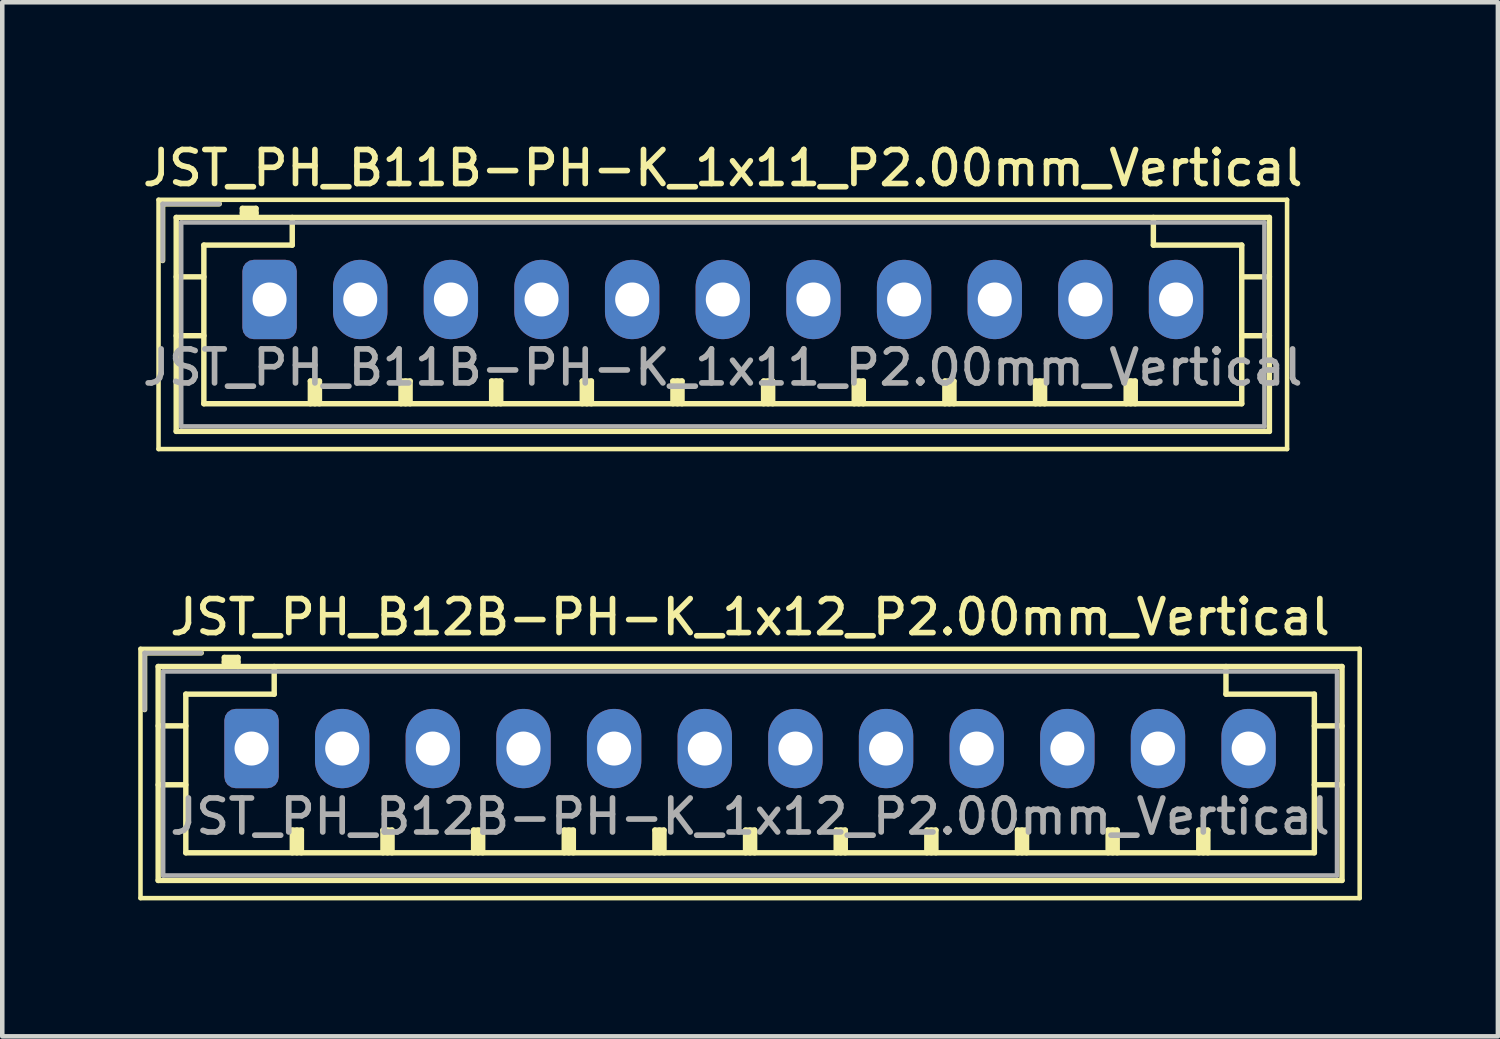
<source format=kicad_pcb>
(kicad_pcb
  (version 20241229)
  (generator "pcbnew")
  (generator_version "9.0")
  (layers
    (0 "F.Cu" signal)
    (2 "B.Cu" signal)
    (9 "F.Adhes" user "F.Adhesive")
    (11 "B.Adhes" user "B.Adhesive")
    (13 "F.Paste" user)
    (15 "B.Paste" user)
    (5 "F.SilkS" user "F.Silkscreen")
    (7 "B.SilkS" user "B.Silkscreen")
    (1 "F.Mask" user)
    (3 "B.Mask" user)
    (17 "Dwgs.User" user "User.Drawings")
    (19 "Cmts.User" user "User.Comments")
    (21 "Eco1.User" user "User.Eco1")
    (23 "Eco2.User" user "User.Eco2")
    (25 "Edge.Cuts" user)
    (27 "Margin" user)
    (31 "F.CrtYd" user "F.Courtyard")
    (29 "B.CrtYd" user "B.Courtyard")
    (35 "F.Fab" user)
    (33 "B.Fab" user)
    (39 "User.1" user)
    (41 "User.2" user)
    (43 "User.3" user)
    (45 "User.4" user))
  (footprint "JST_PH_B12B-PH-K_1x12_P2.00mm_Vertical"
    (layer "F.Cu")
    (at 2.5 13.466)
    (property "Reference" "JST_PH_B12B-PH-K_1x12_P2.00mm_Vertical" (at 11 -2.9 0) (layer "F.SilkS") (effects (font (size 0.75 0.75) (thickness 0.125))))
    (attr through_hole)
    (fp_line (start -2.45 -2.2) (end -2.45 3.3) (stroke (width 0.1) (type solid)) (layer "F.SilkS"))
    (fp_line (start -2.45 3.3) (end 24.45 3.3) (stroke (width 0.1) (type solid)) (layer "F.SilkS"))
    (fp_line (start -2.36 -2.11) (end -2.36 -0.86) (stroke (width 0.12) (type solid)) (layer "F.SilkS"))
    (fp_line (start -2.06 -1.81) (end -2.06 2.91) (stroke (width 0.12) (type solid)) (layer "F.SilkS"))
    (fp_line (start -2.06 -0.5) (end -1.45 -0.5) (stroke (width 0.12) (type solid)) (layer "F.SilkS"))
    (fp_line (start -2.06 0.8) (end -1.45 0.8) (stroke (width 0.12) (type solid)) (layer "F.SilkS"))
    (fp_line (start -2.06 2.91) (end 24.06 2.91) (stroke (width 0.12) (type solid)) (layer "F.SilkS"))
    (fp_line (start -1.45 -1.2) (end -1.45 2.3) (stroke (width 0.12) (type solid)) (layer "F.SilkS"))
    (fp_line (start -1.45 2.3) (end 23.45 2.3) (stroke (width 0.12) (type solid)) (layer "F.SilkS"))
    (fp_line (start -1.11 -2.11) (end -2.36 -2.11) (stroke (width 0.12) (type solid)) (layer "F.SilkS"))
    (fp_line (start -0.6 -2.01) (end -0.6 -1.81) (stroke (width 0.12) (type solid)) (layer "F.SilkS"))
    (fp_line (start -0.3 -2.01) (end -0.6 -2.01) (stroke (width 0.12) (type solid)) (layer "F.SilkS"))
    (fp_line (start -0.3 -1.91) (end -0.6 -1.91) (stroke (width 0.12) (type solid)) (layer "F.SilkS"))
    (fp_line (start -0.3 -1.81) (end -0.3 -2.01) (stroke (width 0.12) (type solid)) (layer "F.SilkS"))
    (fp_line (start 0.5 -1.81) (end 0.5 -1.2) (stroke (width 0.12) (type solid)) (layer "F.SilkS"))
    (fp_line (start 0.5 -1.2) (end -1.45 -1.2) (stroke (width 0.12) (type solid)) (layer "F.SilkS"))
    (fp_line (start 0.9 1.8) (end 1.1 1.8) (stroke (width 0.12) (type solid)) (layer "F.SilkS"))
    (fp_line (start 0.9 2.3) (end 0.9 1.8) (stroke (width 0.12) (type solid)) (layer "F.SilkS"))
    (fp_line (start 1 2.3) (end 1 1.8) (stroke (width 0.12) (type solid)) (layer "F.SilkS"))
    (fp_line (start 1.1 1.8) (end 1.1 2.3) (stroke (width 0.12) (type solid)) (layer "F.SilkS"))
    (fp_line (start 2.9 1.8) (end 3.1 1.8) (stroke (width 0.12) (type solid)) (layer "F.SilkS"))
    (fp_line (start 2.9 2.3) (end 2.9 1.8) (stroke (width 0.12) (type solid)) (layer "F.SilkS"))
    (fp_line (start 3 2.3) (end 3 1.8) (stroke (width 0.12) (type solid)) (layer "F.SilkS"))
    (fp_line (start 3.1 1.8) (end 3.1 2.3) (stroke (width 0.12) (type solid)) (layer "F.SilkS"))
    (fp_line (start 4.9 1.8) (end 5.1 1.8) (stroke (width 0.12) (type solid)) (layer "F.SilkS"))
    (fp_line (start 4.9 2.3) (end 4.9 1.8) (stroke (width 0.12) (type solid)) (layer "F.SilkS"))
    (fp_line (start 5 2.3) (end 5 1.8) (stroke (width 0.12) (type solid)) (layer "F.SilkS"))
    (fp_line (start 5.1 1.8) (end 5.1 2.3) (stroke (width 0.12) (type solid)) (layer "F.SilkS"))
    (fp_line (start 6.9 1.8) (end 7.1 1.8) (stroke (width 0.12) (type solid)) (layer "F.SilkS"))
    (fp_line (start 6.9 2.3) (end 6.9 1.8) (stroke (width 0.12) (type solid)) (layer "F.SilkS"))
    (fp_line (start 7 2.3) (end 7 1.8) (stroke (width 0.12) (type solid)) (layer "F.SilkS"))
    (fp_line (start 7.1 1.8) (end 7.1 2.3) (stroke (width 0.12) (type solid)) (layer "F.SilkS"))
    (fp_line (start 8.9 1.8) (end 9.1 1.8) (stroke (width 0.12) (type solid)) (layer "F.SilkS"))
    (fp_line (start 8.9 2.3) (end 8.9 1.8) (stroke (width 0.12) (type solid)) (layer "F.SilkS"))
    (fp_line (start 9 2.3) (end 9 1.8) (stroke (width 0.12) (type solid)) (layer "F.SilkS"))
    (fp_line (start 9.1 1.8) (end 9.1 2.3) (stroke (width 0.12) (type solid)) (layer "F.SilkS"))
    (fp_line (start 10.9 1.8) (end 11.1 1.8) (stroke (width 0.12) (type solid)) (layer "F.SilkS"))
    (fp_line (start 10.9 2.3) (end 10.9 1.8) (stroke (width 0.12) (type solid)) (layer "F.SilkS"))
    (fp_line (start 11 2.3) (end 11 1.8) (stroke (width 0.12) (type solid)) (layer "F.SilkS"))
    (fp_line (start 11.1 1.8) (end 11.1 2.3) (stroke (width 0.12) (type solid)) (layer "F.SilkS"))
    (fp_line (start 12.9 1.8) (end 13.1 1.8) (stroke (width 0.12) (type solid)) (layer "F.SilkS"))
    (fp_line (start 12.9 2.3) (end 12.9 1.8) (stroke (width 0.12) (type solid)) (layer "F.SilkS"))
    (fp_line (start 13 2.3) (end 13 1.8) (stroke (width 0.12) (type solid)) (layer "F.SilkS"))
    (fp_line (start 13.1 1.8) (end 13.1 2.3) (stroke (width 0.12) (type solid)) (layer "F.SilkS"))
    (fp_line (start 14.9 1.8) (end 15.1 1.8) (stroke (width 0.12) (type solid)) (layer "F.SilkS"))
    (fp_line (start 14.9 2.3) (end 14.9 1.8) (stroke (width 0.12) (type solid)) (layer "F.SilkS"))
    (fp_line (start 15 2.3) (end 15 1.8) (stroke (width 0.12) (type solid)) (layer "F.SilkS"))
    (fp_line (start 15.1 1.8) (end 15.1 2.3) (stroke (width 0.12) (type solid)) (layer "F.SilkS"))
    (fp_line (start 16.9 1.8) (end 17.1 1.8) (stroke (width 0.12) (type solid)) (layer "F.SilkS"))
    (fp_line (start 16.9 2.3) (end 16.9 1.8) (stroke (width 0.12) (type solid)) (layer "F.SilkS"))
    (fp_line (start 17 2.3) (end 17 1.8) (stroke (width 0.12) (type solid)) (layer "F.SilkS"))
    (fp_line (start 17.1 1.8) (end 17.1 2.3) (stroke (width 0.12) (type solid)) (layer "F.SilkS"))
    (fp_line (start 18.9 1.8) (end 19.1 1.8) (stroke (width 0.12) (type solid)) (layer "F.SilkS"))
    (fp_line (start 18.9 2.3) (end 18.9 1.8) (stroke (width 0.12) (type solid)) (layer "F.SilkS"))
    (fp_line (start 19 2.3) (end 19 1.8) (stroke (width 0.12) (type solid)) (layer "F.SilkS"))
    (fp_line (start 19.1 1.8) (end 19.1 2.3) (stroke (width 0.12) (type solid)) (layer "F.SilkS"))
    (fp_line (start 20.9 1.8) (end 21.1 1.8) (stroke (width 0.12) (type solid)) (layer "F.SilkS"))
    (fp_line (start 20.9 2.3) (end 20.9 1.8) (stroke (width 0.12) (type solid)) (layer "F.SilkS"))
    (fp_line (start 21 2.3) (end 21 1.8) (stroke (width 0.12) (type solid)) (layer "F.SilkS"))
    (fp_line (start 21.1 1.8) (end 21.1 2.3) (stroke (width 0.12) (type solid)) (layer "F.SilkS"))
    (fp_line (start 21.5 -1.2) (end 21.5 -1.81) (stroke (width 0.12) (type solid)) (layer "F.SilkS"))
    (fp_line (start 23.45 -1.2) (end 21.5 -1.2) (stroke (width 0.12) (type solid)) (layer "F.SilkS"))
    (fp_line (start 23.45 2.3) (end 23.45 -1.2) (stroke (width 0.12) (type solid)) (layer "F.SilkS"))
    (fp_line (start 24.06 -1.81) (end -2.06 -1.81) (stroke (width 0.12) (type solid)) (layer "F.SilkS"))
    (fp_line (start 24.06 -0.5) (end 23.45 -0.5) (stroke (width 0.12) (type solid)) (layer "F.SilkS"))
    (fp_line (start 24.06 0.8) (end 23.45 0.8) (stroke (width 0.12) (type solid)) (layer "F.SilkS"))
    (fp_line (start 24.06 2.91) (end 24.06 -1.81) (stroke (width 0.12) (type solid)) (layer "F.SilkS"))
    (fp_line (start 24.45 -2.2) (end -2.45 -2.2) (stroke (width 0.1) (type solid)) (layer "F.SilkS"))
    (fp_line (start 24.45 3.3) (end 24.45 -2.2) (stroke (width 0.1) (type solid)) (layer "F.SilkS"))
    (fp_line (start -2.36 -2.11) (end -2.36 -0.86) (stroke (width 0.1) (type solid)) (layer "F.Fab"))
    (fp_line (start -1.95 -1.7) (end -1.95 2.8) (stroke (width 0.1) (type solid)) (layer "F.Fab"))
    (fp_line (start -1.95 2.8) (end 23.95 2.8) (stroke (width 0.1) (type solid)) (layer "F.Fab"))
    (fp_line (start -1.11 -2.11) (end -2.36 -2.11) (stroke (width 0.1) (type solid)) (layer "F.Fab"))
    (fp_line (start 23.95 -1.7) (end -1.95 -1.7) (stroke (width 0.1) (type solid)) (layer "F.Fab"))
    (fp_line (start 23.95 2.8) (end 23.95 -1.7) (stroke (width 0.1) (type solid)) (layer "F.Fab"))
    (fp_text user "${REFERENCE}" (at 11 1.5 0) (layer "F.Fab") (effects (font (size 0.75 0.75) (thickness 0.125))))
    (pad "1" thru_hole roundrect (at 0 0) (size 1.2 1.75) (drill 0.75) (layers "*.Cu" "*.Mask") (roundrect_rratio 0.208))
    (pad "2" thru_hole oval (at 2 0) (size 1.2 1.75) (drill 0.75) (layers "*.Cu" "*.Mask"))
    (pad "3" thru_hole oval (at 4 0) (size 1.2 1.75) (drill 0.75) (layers "*.Cu" "*.Mask"))
    (pad "4" thru_hole oval (at 6 0) (size 1.2 1.75) (drill 0.75) (layers "*.Cu" "*.Mask"))
    (pad "5" thru_hole oval (at 8 0) (size 1.2 1.75) (drill 0.75) (layers "*.Cu" "*.Mask"))
    (pad "6" thru_hole oval (at 10 0) (size 1.2 1.75) (drill 0.75) (layers "*.Cu" "*.Mask"))
    (pad "7" thru_hole oval (at 12 0) (size 1.2 1.75) (drill 0.75) (layers "*.Cu" "*.Mask"))
    (pad "8" thru_hole oval (at 14 0) (size 1.2 1.75) (drill 0.75) (layers "*.Cu" "*.Mask"))
    (pad "9" thru_hole oval (at 16 0) (size 1.2 1.75) (drill 0.75) (layers "*.Cu" "*.Mask"))
    (pad "10" thru_hole oval (at 18 0) (size 1.2 1.75) (drill 0.75) (layers "*.Cu" "*.Mask"))
    (pad "11" thru_hole oval (at 20 0) (size 1.2 1.75) (drill 0.75) (layers "*.Cu" "*.Mask"))
    (pad "12" thru_hole oval (at 22 0) (size 1.2 1.75) (drill 0.75) (layers "*.Cu" "*.Mask")))
  (footprint "JST_PH_B11B-PH-K_1x11_P2.00mm_Vertical"
    (layer "F.Cu")
    (at 2.898 3.558)
    (property "Reference" "JST_PH_B11B-PH-K_1x11_P2.00mm_Vertical" (at 10 -2.9 0) (layer "F.SilkS") (effects (font (size 0.75 0.75) (thickness 0.125))))
    (attr through_hole)
    (fp_line (start -2.45 -2.2) (end -2.45 3.3) (stroke (width 0.1) (type solid)) (layer "F.SilkS"))
    (fp_line (start -2.45 3.3) (end 22.45 3.3) (stroke (width 0.1) (type solid)) (layer "F.SilkS"))
    (fp_line (start -2.36 -2.11) (end -2.36 -0.86) (stroke (width 0.12) (type solid)) (layer "F.SilkS"))
    (fp_line (start -2.06 -1.81) (end -2.06 2.91) (stroke (width 0.12) (type solid)) (layer "F.SilkS"))
    (fp_line (start -2.06 -0.5) (end -1.45 -0.5) (stroke (width 0.12) (type solid)) (layer "F.SilkS"))
    (fp_line (start -2.06 0.8) (end -1.45 0.8) (stroke (width 0.12) (type solid)) (layer "F.SilkS"))
    (fp_line (start -2.06 2.91) (end 22.06 2.91) (stroke (width 0.12) (type solid)) (layer "F.SilkS"))
    (fp_line (start -1.45 -1.2) (end -1.45 2.3) (stroke (width 0.12) (type solid)) (layer "F.SilkS"))
    (fp_line (start -1.45 2.3) (end 21.45 2.3) (stroke (width 0.12) (type solid)) (layer "F.SilkS"))
    (fp_line (start -1.11 -2.11) (end -2.36 -2.11) (stroke (width 0.12) (type solid)) (layer "F.SilkS"))
    (fp_line (start -0.6 -2.01) (end -0.6 -1.81) (stroke (width 0.12) (type solid)) (layer "F.SilkS"))
    (fp_line (start -0.3 -2.01) (end -0.6 -2.01) (stroke (width 0.12) (type solid)) (layer "F.SilkS"))
    (fp_line (start -0.3 -1.91) (end -0.6 -1.91) (stroke (width 0.12) (type solid)) (layer "F.SilkS"))
    (fp_line (start -0.3 -1.81) (end -0.3 -2.01) (stroke (width 0.12) (type solid)) (layer "F.SilkS"))
    (fp_line (start 0.5 -1.81) (end 0.5 -1.2) (stroke (width 0.12) (type solid)) (layer "F.SilkS"))
    (fp_line (start 0.5 -1.2) (end -1.45 -1.2) (stroke (width 0.12) (type solid)) (layer "F.SilkS"))
    (fp_line (start 0.9 1.8) (end 1.1 1.8) (stroke (width 0.12) (type solid)) (layer "F.SilkS"))
    (fp_line (start 0.9 2.3) (end 0.9 1.8) (stroke (width 0.12) (type solid)) (layer "F.SilkS"))
    (fp_line (start 1 2.3) (end 1 1.8) (stroke (width 0.12) (type solid)) (layer "F.SilkS"))
    (fp_line (start 1.1 1.8) (end 1.1 2.3) (stroke (width 0.12) (type solid)) (layer "F.SilkS"))
    (fp_line (start 2.9 1.8) (end 3.1 1.8) (stroke (width 0.12) (type solid)) (layer "F.SilkS"))
    (fp_line (start 2.9 2.3) (end 2.9 1.8) (stroke (width 0.12) (type solid)) (layer "F.SilkS"))
    (fp_line (start 3 2.3) (end 3 1.8) (stroke (width 0.12) (type solid)) (layer "F.SilkS"))
    (fp_line (start 3.1 1.8) (end 3.1 2.3) (stroke (width 0.12) (type solid)) (layer "F.SilkS"))
    (fp_line (start 4.9 1.8) (end 5.1 1.8) (stroke (width 0.12) (type solid)) (layer "F.SilkS"))
    (fp_line (start 4.9 2.3) (end 4.9 1.8) (stroke (width 0.12) (type solid)) (layer "F.SilkS"))
    (fp_line (start 5 2.3) (end 5 1.8) (stroke (width 0.12) (type solid)) (layer "F.SilkS"))
    (fp_line (start 5.1 1.8) (end 5.1 2.3) (stroke (width 0.12) (type solid)) (layer "F.SilkS"))
    (fp_line (start 6.9 1.8) (end 7.1 1.8) (stroke (width 0.12) (type solid)) (layer "F.SilkS"))
    (fp_line (start 6.9 2.3) (end 6.9 1.8) (stroke (width 0.12) (type solid)) (layer "F.SilkS"))
    (fp_line (start 7 2.3) (end 7 1.8) (stroke (width 0.12) (type solid)) (layer "F.SilkS"))
    (fp_line (start 7.1 1.8) (end 7.1 2.3) (stroke (width 0.12) (type solid)) (layer "F.SilkS"))
    (fp_line (start 8.9 1.8) (end 9.1 1.8) (stroke (width 0.12) (type solid)) (layer "F.SilkS"))
    (fp_line (start 8.9 2.3) (end 8.9 1.8) (stroke (width 0.12) (type solid)) (layer "F.SilkS"))
    (fp_line (start 9 2.3) (end 9 1.8) (stroke (width 0.12) (type solid)) (layer "F.SilkS"))
    (fp_line (start 9.1 1.8) (end 9.1 2.3) (stroke (width 0.12) (type solid)) (layer "F.SilkS"))
    (fp_line (start 10.9 1.8) (end 11.1 1.8) (stroke (width 0.12) (type solid)) (layer "F.SilkS"))
    (fp_line (start 10.9 2.3) (end 10.9 1.8) (stroke (width 0.12) (type solid)) (layer "F.SilkS"))
    (fp_line (start 11 2.3) (end 11 1.8) (stroke (width 0.12) (type solid)) (layer "F.SilkS"))
    (fp_line (start 11.1 1.8) (end 11.1 2.3) (stroke (width 0.12) (type solid)) (layer "F.SilkS"))
    (fp_line (start 12.9 1.8) (end 13.1 1.8) (stroke (width 0.12) (type solid)) (layer "F.SilkS"))
    (fp_line (start 12.9 2.3) (end 12.9 1.8) (stroke (width 0.12) (type solid)) (layer "F.SilkS"))
    (fp_line (start 13 2.3) (end 13 1.8) (stroke (width 0.12) (type solid)) (layer "F.SilkS"))
    (fp_line (start 13.1 1.8) (end 13.1 2.3) (stroke (width 0.12) (type solid)) (layer "F.SilkS"))
    (fp_line (start 14.9 1.8) (end 15.1 1.8) (stroke (width 0.12) (type solid)) (layer "F.SilkS"))
    (fp_line (start 14.9 2.3) (end 14.9 1.8) (stroke (width 0.12) (type solid)) (layer "F.SilkS"))
    (fp_line (start 15 2.3) (end 15 1.8) (stroke (width 0.12) (type solid)) (layer "F.SilkS"))
    (fp_line (start 15.1 1.8) (end 15.1 2.3) (stroke (width 0.12) (type solid)) (layer "F.SilkS"))
    (fp_line (start 16.9 1.8) (end 17.1 1.8) (stroke (width 0.12) (type solid)) (layer "F.SilkS"))
    (fp_line (start 16.9 2.3) (end 16.9 1.8) (stroke (width 0.12) (type solid)) (layer "F.SilkS"))
    (fp_line (start 17 2.3) (end 17 1.8) (stroke (width 0.12) (type solid)) (layer "F.SilkS"))
    (fp_line (start 17.1 1.8) (end 17.1 2.3) (stroke (width 0.12) (type solid)) (layer "F.SilkS"))
    (fp_line (start 18.9 1.8) (end 19.1 1.8) (stroke (width 0.12) (type solid)) (layer "F.SilkS"))
    (fp_line (start 18.9 2.3) (end 18.9 1.8) (stroke (width 0.12) (type solid)) (layer "F.SilkS"))
    (fp_line (start 19 2.3) (end 19 1.8) (stroke (width 0.12) (type solid)) (layer "F.SilkS"))
    (fp_line (start 19.1 1.8) (end 19.1 2.3) (stroke (width 0.12) (type solid)) (layer "F.SilkS"))
    (fp_line (start 19.5 -1.2) (end 19.5 -1.81) (stroke (width 0.12) (type solid)) (layer "F.SilkS"))
    (fp_line (start 21.45 -1.2) (end 19.5 -1.2) (stroke (width 0.12) (type solid)) (layer "F.SilkS"))
    (fp_line (start 21.45 2.3) (end 21.45 -1.2) (stroke (width 0.12) (type solid)) (layer "F.SilkS"))
    (fp_line (start 22.06 -1.81) (end -2.06 -1.81) (stroke (width 0.12) (type solid)) (layer "F.SilkS"))
    (fp_line (start 22.06 -0.5) (end 21.45 -0.5) (stroke (width 0.12) (type solid)) (layer "F.SilkS"))
    (fp_line (start 22.06 0.8) (end 21.45 0.8) (stroke (width 0.12) (type solid)) (layer "F.SilkS"))
    (fp_line (start 22.06 2.91) (end 22.06 -1.81) (stroke (width 0.12) (type solid)) (layer "F.SilkS"))
    (fp_line (start 22.45 -2.2) (end -2.45 -2.2) (stroke (width 0.1) (type solid)) (layer "F.SilkS"))
    (fp_line (start 22.45 3.3) (end 22.45 -2.2) (stroke (width 0.1) (type solid)) (layer "F.SilkS"))
    (fp_line (start -2.36 -2.11) (end -2.36 -0.86) (stroke (width 0.1) (type solid)) (layer "F.Fab"))
    (fp_line (start -1.95 -1.7) (end -1.95 2.8) (stroke (width 0.1) (type solid)) (layer "F.Fab"))
    (fp_line (start -1.95 2.8) (end 21.95 2.8) (stroke (width 0.1) (type solid)) (layer "F.Fab"))
    (fp_line (start -1.11 -2.11) (end -2.36 -2.11) (stroke (width 0.1) (type solid)) (layer "F.Fab"))
    (fp_line (start 21.95 -1.7) (end -1.95 -1.7) (stroke (width 0.1) (type solid)) (layer "F.Fab"))
    (fp_line (start 21.95 2.8) (end 21.95 -1.7) (stroke (width 0.1) (type solid)) (layer "F.Fab"))
    (fp_text user "${REFERENCE}" (at 10 1.5 0) (layer "F.Fab") (effects (font (size 0.75 0.75) (thickness 0.125))))
    (pad "1" thru_hole roundrect (at 0 0) (size 1.2 1.75) (drill 0.75) (layers "*.Cu" "*.Mask") (roundrect_rratio 0.208))
    (pad "2" thru_hole oval (at 2 0) (size 1.2 1.75) (drill 0.75) (layers "*.Cu" "*.Mask"))
    (pad "3" thru_hole oval (at 4 0) (size 1.2 1.75) (drill 0.75) (layers "*.Cu" "*.Mask"))
    (pad "4" thru_hole oval (at 6 0) (size 1.2 1.75) (drill 0.75) (layers "*.Cu" "*.Mask"))
    (pad "5" thru_hole oval (at 8 0) (size 1.2 1.75) (drill 0.75) (layers "*.Cu" "*.Mask"))
    (pad "6" thru_hole oval (at 10 0) (size 1.2 1.75) (drill 0.75) (layers "*.Cu" "*.Mask"))
    (pad "7" thru_hole oval (at 12 0) (size 1.2 1.75) (drill 0.75) (layers "*.Cu" "*.Mask"))
    (pad "8" thru_hole oval (at 14 0) (size 1.2 1.75) (drill 0.75) (layers "*.Cu" "*.Mask"))
    (pad "9" thru_hole oval (at 16 0) (size 1.2 1.75) (drill 0.75) (layers "*.Cu" "*.Mask"))
    (pad "10" thru_hole oval (at 18 0) (size 1.2 1.75) (drill 0.75) (layers "*.Cu" "*.Mask"))
    (pad "11" thru_hole oval (at 20 0) (size 1.2 1.75) (drill 0.75) (layers "*.Cu" "*.Mask")))
  (gr_rect
    (start -3 -3)
    (end 30 19.816)
    (stroke (width 0.1) (type default))
    (fill no)
    (layer "Edge.Cuts")))
</source>
